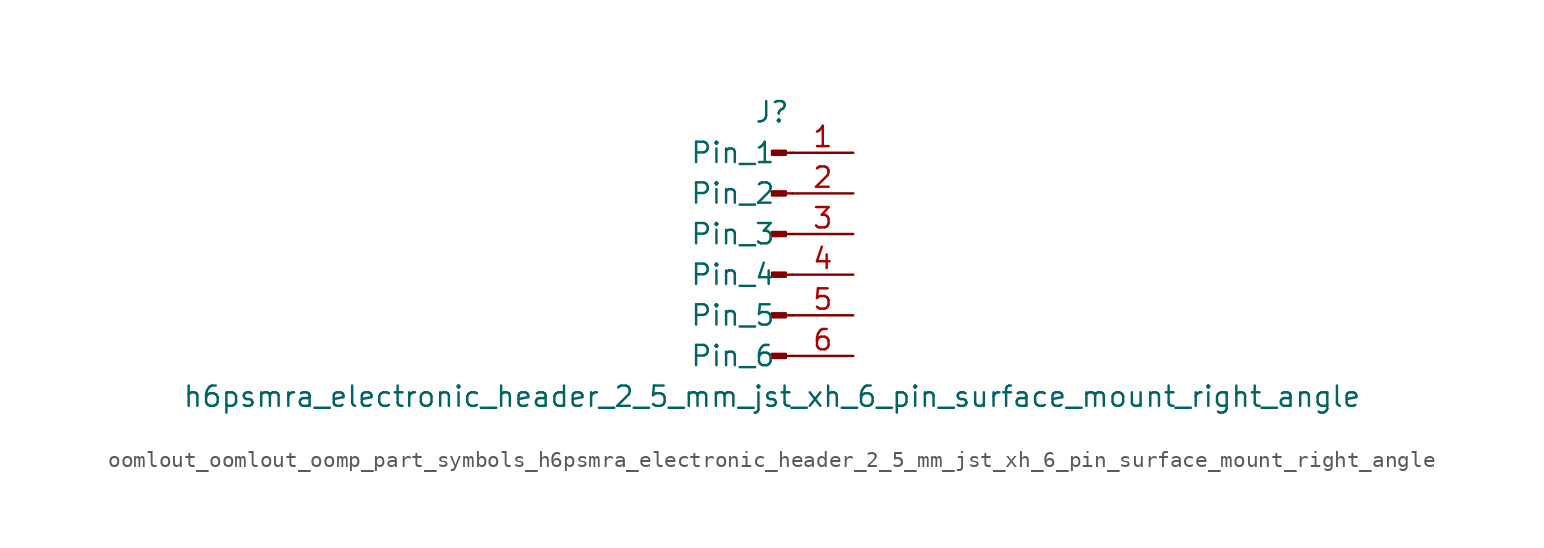
<source format=kicad_sym>
(kicad_symbol_lib
  (version 20220914)
  (generator kicad_symbol_editor)
  (symbol "oomlout_oomlout_oomp_part_symbols_h6psmra_electronic_header_2_5_mm_jst_xh_6_pin_surface_mount_right_angle"
    (pin_names
      (offset 1.016))
    (property "Reference" "J"
      (at 0 7.62 0)
      (effects (font (size 1.27 1.27))))
    (property "Value" "h6psmra_electronic_header_2_5_mm_jst_xh_6_pin_surface_mount_right_angle"
      (at 0 -10.16 0)
      (effects (font (size 1.27 1.27))))
    (property "ki_locked" ""
      (at 0 0 0)
      (effects (font (size 1.27 1.27))))
    (symbol "oomlout_oomlout_oomp_part_symbols_h6psmra_electronic_header_2_5_mm_jst_xh_6_pin_surface_mount_right_angle_1_1"
      (polyline (pts (xy 1.27 -7.62) (xy 0.864 -7.62)) (stroke (width 0.152) (type default)) (fill (type none)))
      (polyline (pts (xy 1.27 -5.08) (xy 0.864 -5.08)) (stroke (width 0.152) (type default)) (fill (type none)))
      (polyline (pts (xy 1.27 -2.54) (xy 0.864 -2.54)) (stroke (width 0.152) (type default)) (fill (type none)))
      (polyline (pts (xy 1.27 0) (xy 0.864 0)) (stroke (width 0.152) (type default)) (fill (type none)))
      (polyline (pts (xy 1.27 2.54) (xy 0.864 2.54)) (stroke (width 0.152) (type default)) (fill (type none)))
      (polyline (pts (xy 1.27 5.08) (xy 0.864 5.08)) (stroke (width 0.152) (type default)) (fill (type none)))
      (rectangle (start 0.864 -7.493) (end 0 -7.747) (stroke (width 0.152) (type default)) (fill (type outline)))
      (rectangle (start 0.864 -4.953) (end 0 -5.207) (stroke (width 0.152) (type default)) (fill (type outline)))
      (rectangle (start 0.864 -2.413) (end 0 -2.667) (stroke (width 0.152) (type default)) (fill (type outline)))
      (rectangle (start 0.864 0.127) (end 0 -0.127) (stroke (width 0.152) (type default)) (fill (type outline)))
      (rectangle (start 0.864 2.667) (end 0 2.413) (stroke (width 0.152) (type default)) (fill (type outline)))
      (rectangle (start 0.864 5.207) (end 0 4.953) (stroke (width 0.152) (type default)) (fill (type outline)))
      (pin passive line (at 5.08 5.08 180) (length 3.81) (name "Pin_1" (effects (font (size 1.27 1.27)))) (number "1" (effects (font (size 1.27 1.27)))))
      (pin passive line (at 5.08 2.54 180) (length 3.81) (name "Pin_2" (effects (font (size 1.27 1.27)))) (number "2" (effects (font (size 1.27 1.27)))))
      (pin passive line (at 5.08 0 180) (length 3.81) (name "Pin_3" (effects (font (size 1.27 1.27)))) (number "3" (effects (font (size 1.27 1.27)))))
      (pin passive line (at 5.08 -2.54 180) (length 3.81) (name "Pin_4" (effects (font (size 1.27 1.27)))) (number "4" (effects (font (size 1.27 1.27)))))
      (pin passive line (at 5.08 -5.08 180) (length 3.81) (name "Pin_5" (effects (font (size 1.27 1.27)))) (number "5" (effects (font (size 1.27 1.27)))))
      (pin passive line (at 5.08 -7.62 180) (length 3.81) (name "Pin_6" (effects (font (size 1.27 1.27)))) (number "6" (effects (font (size 1.27 1.27))))))))
</source>
